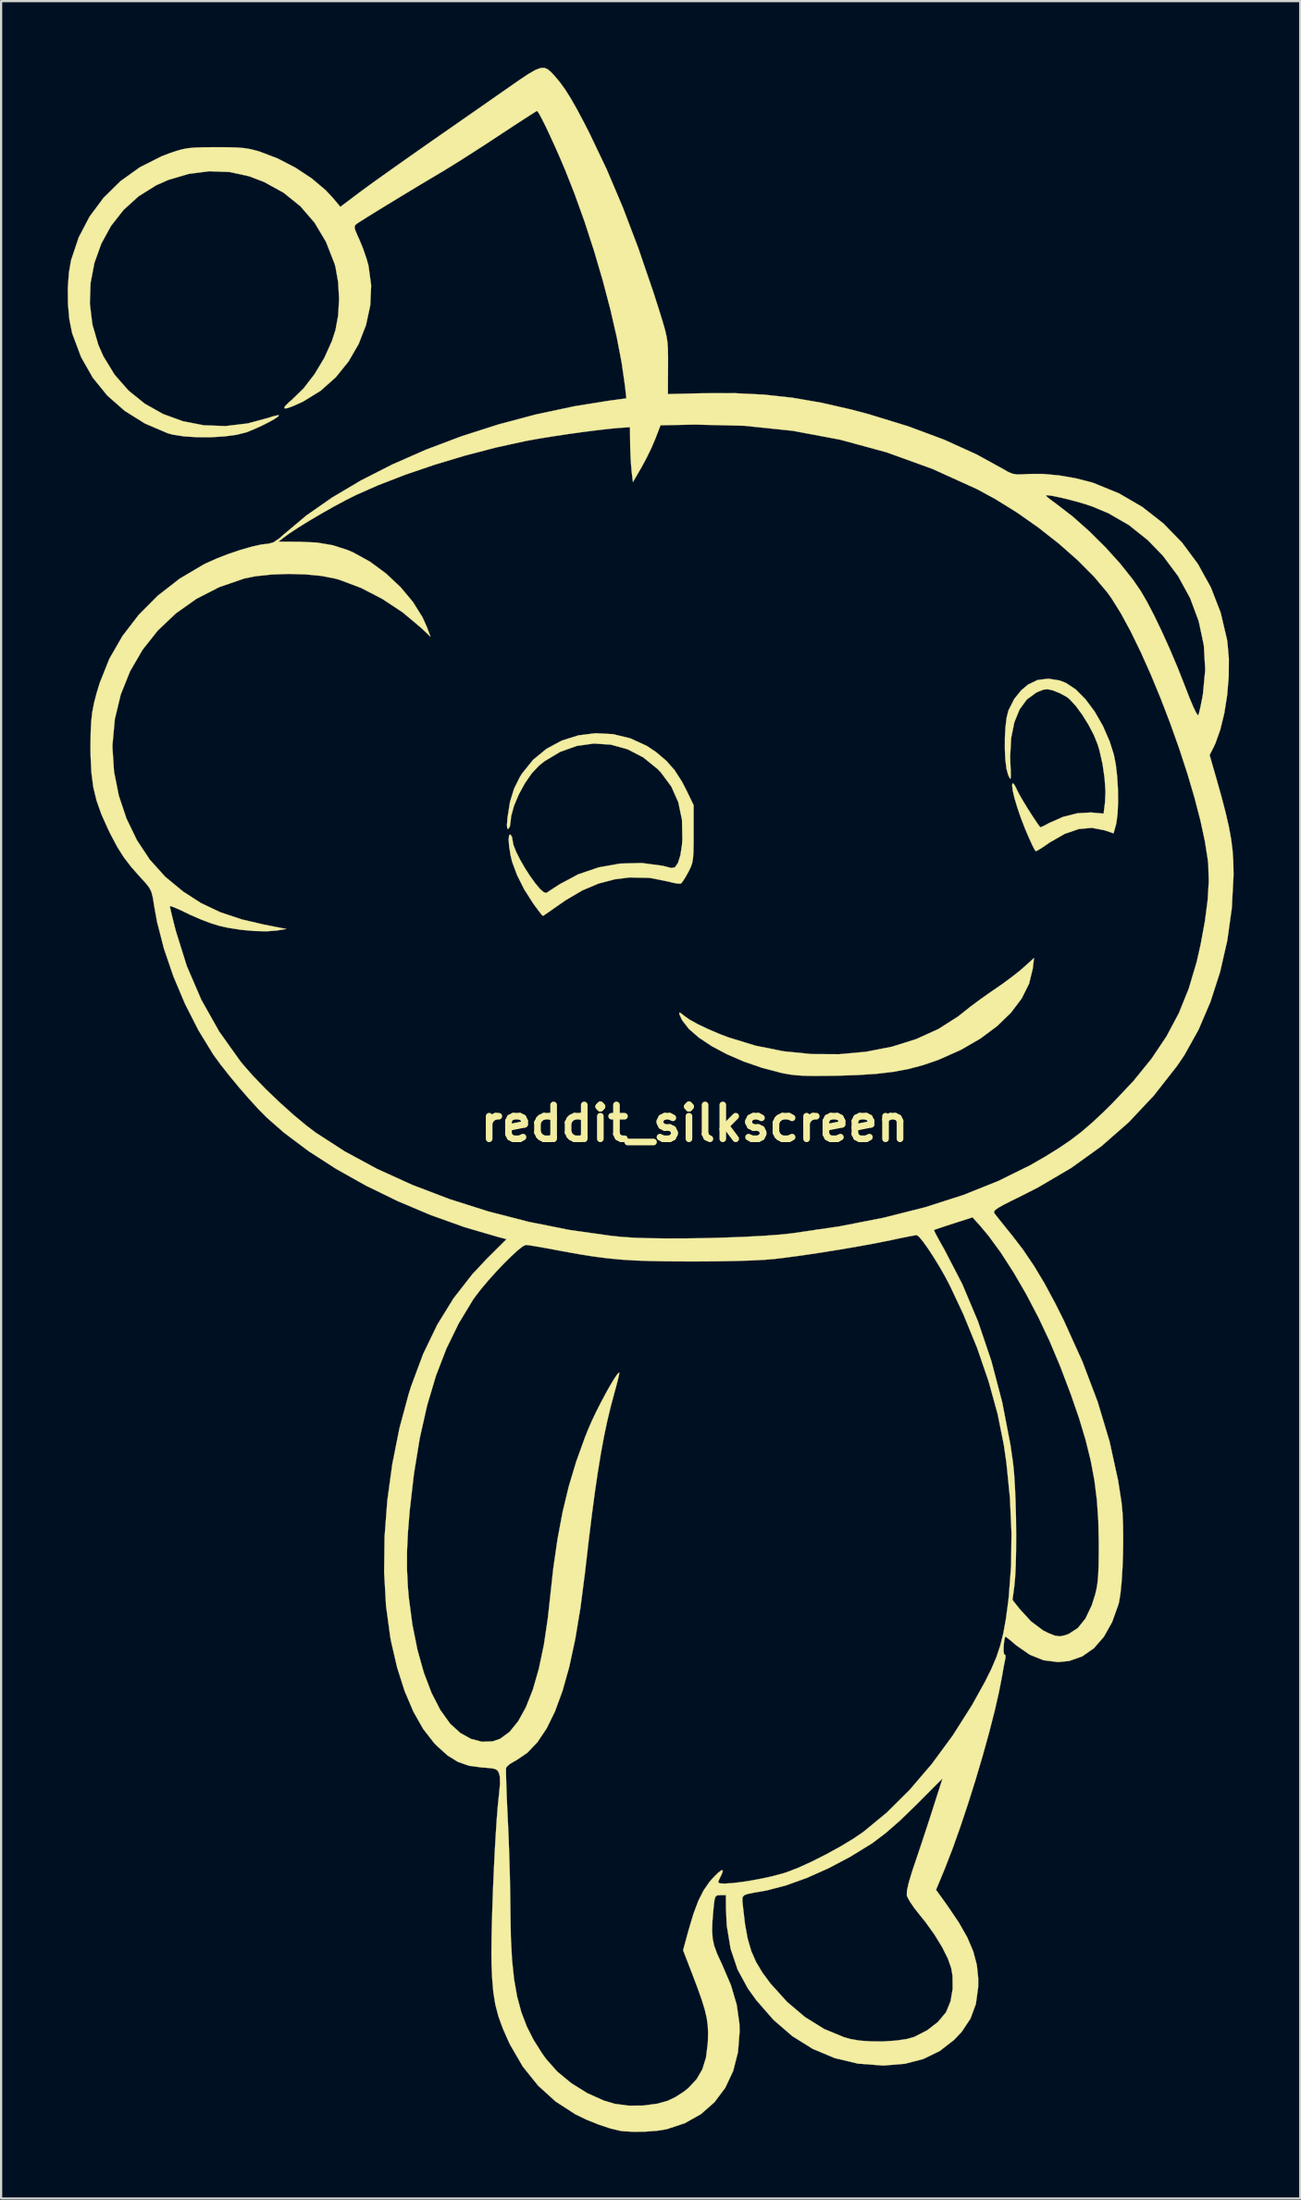
<source format=kicad_pcb>
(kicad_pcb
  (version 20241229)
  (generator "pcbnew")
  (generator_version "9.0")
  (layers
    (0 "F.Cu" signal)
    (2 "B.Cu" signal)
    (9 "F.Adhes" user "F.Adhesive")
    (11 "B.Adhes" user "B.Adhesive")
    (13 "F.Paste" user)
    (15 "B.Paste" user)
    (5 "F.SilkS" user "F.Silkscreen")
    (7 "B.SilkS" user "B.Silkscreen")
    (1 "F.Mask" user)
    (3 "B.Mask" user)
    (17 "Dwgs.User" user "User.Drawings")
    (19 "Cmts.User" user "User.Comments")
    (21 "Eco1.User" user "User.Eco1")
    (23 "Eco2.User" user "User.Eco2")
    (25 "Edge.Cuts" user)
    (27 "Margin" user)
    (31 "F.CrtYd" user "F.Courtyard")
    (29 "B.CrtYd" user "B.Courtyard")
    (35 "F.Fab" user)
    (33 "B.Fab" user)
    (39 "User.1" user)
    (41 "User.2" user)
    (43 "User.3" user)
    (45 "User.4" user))
  (footprint "reddit_silkscreen"
    (layer "F.Cu")
    (at 28.235 47.54)
    (property "Reference" "reddit_silkscreen" (at 0 0 0) (layer "F.SilkS") (effects (font (size 1.524 1.524) (thickness 0.3))))
    (attr through_hole)
    (fp_poly (pts (xy 15.23 -6.968) (xy 15.064 -6.292) (xy 14.732 -5.629) (xy 14.248 -4.988) (xy 13.623 -4.382) (xy 12.868 -3.821) (xy 11.996 -3.317) (xy 11.017 -2.881) (xy 10.964 -2.86) (xy 10.306 -2.633) (xy 9.647 -2.456) (xy 8.951 -2.326) (xy 8.18 -2.235) (xy 7.299 -2.179) (xy 6.526 -2.155) (xy 5.862 -2.144) (xy 5.341 -2.142) (xy 4.93 -2.15) (xy 4.598 -2.17) (xy 4.311 -2.203) (xy 4.036 -2.251) (xy 3.881 -2.284) (xy 3.03 -2.509) (xy 2.213 -2.791) (xy 1.453 -3.119) (xy 0.774 -3.481) (xy 0.197 -3.863) (xy -0.253 -4.253) (xy -0.553 -4.639) (xy -0.581 -4.689) (xy -0.684 -4.915) (xy -0.686 -4.999) (xy -0.585 -4.944) (xy -0.507 -4.876) (xy -0.256 -4.694) (xy 0.129 -4.479) (xy 0.613 -4.247) (xy 1.16 -4.015) (xy 1.519 -3.879) (xy 2.743 -3.503) (xy 3.997 -3.252) (xy 5.259 -3.125) (xy 6.509 -3.118) (xy 7.727 -3.23) (xy 8.892 -3.458) (xy 9.985 -3.801) (xy 10.985 -4.256) (xy 11.871 -4.82) (xy 12.133 -5.029) (xy 12.436 -5.269) (xy 12.826 -5.56) (xy 13.245 -5.858) (xy 13.494 -6.028) (xy 13.894 -6.305) (xy 14.296 -6.603) (xy 14.643 -6.876) (xy 14.809 -7.019) (xy 15.287 -7.451) (xy 15.23 -6.968)) (stroke (width 0.01) (type solid)) (fill yes) (layer "F.SilkS"))
    (fp_poly (pts (xy 16.442 -19.948) (xy 16.729 -19.836) (xy 17.17 -19.542) (xy 17.607 -19.101) (xy 18.021 -18.545) (xy 18.39 -17.902) (xy 18.695 -17.202) (xy 18.881 -16.616) (xy 18.97 -16.17) (xy 19.032 -15.629) (xy 19.068 -15.044) (xy 19.074 -14.465) (xy 19.051 -13.944) (xy 18.996 -13.53) (xy 18.973 -13.434) (xy 18.87 -13.065) (xy 18.466 -13.202) (xy 17.896 -13.312) (xy 17.299 -13.258) (xy 16.668 -13.04) (xy 15.995 -12.655) (xy 15.853 -12.557) (xy 15.616 -12.396) (xy 15.437 -12.288) (xy 15.368 -12.26) (xy 15.311 -12.337) (xy 15.204 -12.546) (xy 15.062 -12.856) (xy 14.9 -13.235) (xy 14.893 -13.252) (xy 14.699 -13.751) (xy 14.535 -14.229) (xy 14.408 -14.655) (xy 14.328 -15) (xy 14.301 -15.235) (xy 14.323 -15.322) (xy 14.383 -15.282) (xy 14.476 -15.12) (xy 14.516 -15.029) (xy 14.616 -14.83) (xy 14.788 -14.533) (xy 15.001 -14.183) (xy 15.228 -13.828) (xy 15.438 -13.515) (xy 15.566 -13.338) (xy 15.646 -13.363) (xy 15.83 -13.453) (xy 15.972 -13.53) (xy 16.595 -13.806) (xy 17.239 -13.968) (xy 17.846 -14.004) (xy 17.914 -13.998) (xy 18.422 -13.952) (xy 18.485 -14.451) (xy 18.507 -14.946) (xy 18.467 -15.542) (xy 18.376 -16.177) (xy 18.239 -16.788) (xy 18.156 -17.066) (xy 17.981 -17.497) (xy 17.739 -17.959) (xy 17.458 -18.41) (xy 17.167 -18.805) (xy 16.893 -19.102) (xy 16.765 -19.204) (xy 16.471 -19.367) (xy 16.158 -19.495) (xy 16.131 -19.504) (xy 15.91 -19.553) (xy 15.72 -19.538) (xy 15.483 -19.446) (xy 15.374 -19.393) (xy 14.963 -19.092) (xy 14.637 -18.645) (xy 14.401 -18.065) (xy 14.258 -17.362) (xy 14.213 -16.547) (xy 14.222 -16.228) (xy 14.239 -15.844) (xy 14.243 -15.616) (xy 14.231 -15.522) (xy 14.198 -15.544) (xy 14.141 -15.659) (xy 14.123 -15.699) (xy 14.047 -15.977) (xy 13.997 -16.381) (xy 13.974 -16.863) (xy 13.976 -17.374) (xy 14.004 -17.864) (xy 14.057 -18.287) (xy 14.135 -18.593) (xy 14.139 -18.604) (xy 14.396 -19.115) (xy 14.714 -19.509) (xy 15.018 -19.763) (xy 15.442 -19.967) (xy 15.931 -20.029) (xy 16.442 -19.948)) (stroke (width 0.01) (type solid)) (fill yes) (layer "F.SilkS"))
    (fp_poly (pts (xy -3.672 -17.531) (xy -2.899 -17.343) (xy -2.163 -17.008) (xy -1.748 -16.733) (xy -1.278 -16.336) (xy -0.901 -15.909) (xy -0.571 -15.396) (xy -0.363 -14.993) (xy -0.044 -14.332) (xy -0.044 -13.053) (xy -0.046 -12.547) (xy -0.054 -12.181) (xy -0.075 -11.917) (xy -0.112 -11.718) (xy -0.172 -11.547) (xy -0.259 -11.367) (xy -0.285 -11.317) (xy -0.43 -11.061) (xy -0.554 -10.872) (xy -0.614 -10.806) (xy -0.741 -10.799) (xy -0.976 -10.84) (xy -1.167 -10.89) (xy -2.023 -11.06) (xy -2.926 -11.079) (xy -3.593 -10.996) (xy -4.334 -10.801) (xy -5.055 -10.496) (xy -5.797 -10.06) (xy -6.126 -9.833) (xy -6.422 -9.624) (xy -6.659 -9.46) (xy -6.806 -9.364) (xy -6.836 -9.349) (xy -6.9 -9.415) (xy -7.037 -9.591) (xy -7.223 -9.843) (xy -7.27 -9.909) (xy -7.67 -10.536) (xy -7.994 -11.179) (xy -8.219 -11.786) (xy -8.288 -12.073) (xy -8.353 -12.48) (xy -8.375 -12.788) (xy -8.356 -12.973) (xy -8.295 -13.011) (xy -8.29 -13.009) (xy -8.219 -12.886) (xy -8.202 -12.761) (xy -8.158 -12.536) (xy -8.038 -12.233) (xy -7.861 -11.88) (xy -7.647 -11.507) (xy -7.414 -11.145) (xy -7.181 -10.821) (xy -6.968 -10.567) (xy -6.793 -10.411) (xy -6.676 -10.383) (xy -6.673 -10.385) (xy -6.549 -10.465) (xy -6.328 -10.61) (xy -6.085 -10.768) (xy -5.245 -11.218) (xy -4.324 -11.531) (xy -3.358 -11.703) (xy -2.382 -11.729) (xy -1.432 -11.603) (xy -1.041 -11.502) (xy -0.884 -11.537) (xy -0.749 -11.731) (xy -0.642 -12.067) (xy -0.57 -12.53) (xy -0.55 -12.789) (xy -0.568 -13.673) (xy -0.733 -14.463) (xy -1.047 -15.17) (xy -1.515 -15.802) (xy -1.67 -15.964) (xy -2.313 -16.485) (xy -3.019 -16.85) (xy -3.766 -17.058) (xy -4.535 -17.109) (xy -5.304 -17.002) (xy -6.052 -16.736) (xy -6.76 -16.312) (xy -7.014 -16.108) (xy -7.336 -15.765) (xy -7.646 -15.317) (xy -7.92 -14.814) (xy -8.135 -14.305) (xy -8.264 -13.837) (xy -8.29 -13.573) (xy -8.322 -13.373) (xy -8.388 -13.267) (xy -8.439 -13.288) (xy -8.452 -13.447) (xy -8.427 -13.762) (xy -8.427 -13.769) (xy -8.315 -14.476) (xy -8.132 -15.074) (xy -7.859 -15.62) (xy -7.776 -15.753) (xy -7.274 -16.376) (xy -6.668 -16.873) (xy -5.981 -17.241) (xy -5.237 -17.476) (xy -4.46 -17.573) (xy -3.672 -17.531)) (stroke (width 0.01) (type solid)) (fill yes) (layer "F.SilkS"))
    (fp_poly (pts (xy -6.619 -47.473) (xy -6.467 -47.345) (xy -6.312 -47.179) (xy -6.07 -46.891) (xy -5.829 -46.558) (xy -5.576 -46.157) (xy -5.294 -45.661) (xy -4.967 -45.045) (xy -4.724 -44.568) (xy -3.964 -42.974) (xy -3.238 -41.266) (xy -2.539 -39.426) (xy -1.858 -37.436) (xy -1.606 -36.648) (xy -1.45 -36.145) (xy -1.339 -35.763) (xy -1.266 -35.455) (xy -1.222 -35.173) (xy -1.202 -34.869) (xy -1.196 -34.496) (xy -1.197 -34.083) (xy -1.203 -32.844) (xy 0.37 -32.881) (xy 1.797 -32.885) (xy 3.125 -32.82) (xy 4.409 -32.68) (xy 5.702 -32.458) (xy 7.058 -32.148) (xy 7.849 -31.937) (xy 9.622 -31.393) (xy 11.238 -30.791) (xy 12.693 -30.131) (xy 13.855 -29.493) (xy 14.112 -29.344) (xy 14.311 -29.26) (xy 14.516 -29.226) (xy 14.79 -29.23) (xy 15.046 -29.247) (xy 15.682 -29.25) (xy 16.409 -29.183) (xy 17.16 -29.054) (xy 17.868 -28.873) (xy 17.987 -28.835) (xy 19.119 -28.371) (xy 20.165 -27.762) (xy 21.112 -27.021) (xy 21.95 -26.162) (xy 22.667 -25.198) (xy 23.251 -24.143) (xy 23.691 -23.011) (xy 23.974 -21.816) (xy 23.999 -21.659) (xy 24.063 -20.924) (xy 24.057 -20.119) (xy 23.987 -19.289) (xy 23.859 -18.48) (xy 23.679 -17.738) (xy 23.454 -17.107) (xy 23.374 -16.938) (xy 23.196 -16.59) (xy 23.496 -15.549) (xy 23.736 -14.693) (xy 23.924 -13.971) (xy 24.065 -13.353) (xy 24.165 -12.806) (xy 24.229 -12.299) (xy 24.263 -11.8) (xy 24.273 -11.277) (xy 24.273 -11.157) (xy 24.195 -9.69) (xy 23.992 -8.238) (xy 23.669 -6.826) (xy 23.235 -5.479) (xy 22.698 -4.224) (xy 22.065 -3.086) (xy 21.738 -2.602) (xy 20.683 -1.256) (xy 19.549 -0.05) (xy 18.316 1.029) (xy 16.967 1.998) (xy 15.484 2.871) (xy 14.758 3.241) (xy 14.264 3.485) (xy 13.91 3.666) (xy 13.676 3.798) (xy 13.542 3.894) (xy 13.488 3.967) (xy 13.495 4.029) (xy 13.513 4.058) (xy 13.612 4.185) (xy 13.795 4.415) (xy 14.036 4.716) (xy 14.298 5.038) (xy 14.803 5.698) (xy 15.283 6.407) (xy 15.758 7.198) (xy 16.245 8.103) (xy 16.626 8.864) (xy 17.469 10.726) (xy 18.155 12.537) (xy 18.688 14.312) (xy 19.073 16.067) (xy 19.231 17.083) (xy 19.274 17.543) (xy 19.298 18.109) (xy 19.304 18.741) (xy 19.295 19.4) (xy 19.27 20.05) (xy 19.231 20.651) (xy 19.18 21.165) (xy 19.117 21.553) (xy 19.094 21.646) (xy 18.806 22.451) (xy 18.434 23.114) (xy 17.984 23.631) (xy 17.461 23.996) (xy 16.87 24.204) (xy 16.371 24.253) (xy 15.719 24.171) (xy 15.095 23.921) (xy 14.488 23.5) (xy 14.42 23.441) (xy 14.207 23.26) (xy 14.051 23.139) (xy 13.996 23.107) (xy 13.965 23.186) (xy 13.935 23.388) (xy 13.921 23.54) (xy 13.918 23.779) (xy 13.943 23.912) (xy 13.97 23.923) (xy 14.011 23.956) (xy 13.998 24.086) (xy 13.956 24.283) (xy 13.9 24.584) (xy 13.851 24.871) (xy 13.705 25.623) (xy 13.502 26.505) (xy 13.25 27.483) (xy 12.96 28.525) (xy 12.642 29.596) (xy 12.305 30.665) (xy 11.96 31.697) (xy 11.617 32.66) (xy 11.284 33.52) (xy 11.204 33.715) (xy 10.874 34.509) (xy 11.389 35.224) (xy 11.901 35.981) (xy 12.286 36.659) (xy 12.552 37.287) (xy 12.712 37.892) (xy 12.776 38.504) (xy 12.772 38.896) (xy 12.668 39.649) (xy 12.426 40.307) (xy 12.033 40.9) (xy 11.687 41.266) (xy 11.041 41.767) (xy 10.309 42.124) (xy 9.484 42.34) (xy 8.554 42.418) (xy 8.467 42.419) (xy 7.358 42.335) (xy 6.31 42.086) (xy 5.324 41.673) (xy 4.404 41.099) (xy 3.553 40.364) (xy 2.772 39.47) (xy 2.398 38.947) (xy 1.938 38.103) (xy 1.622 37.161) (xy 1.449 36.12) (xy 1.413 35.344) (xy 1.412 34.985) (xy 2.151 34.985) (xy 2.171 35.196) (xy 2.177 35.256) (xy 2.269 36.048) (xy 2.389 36.703) (xy 2.551 37.261) (xy 2.769 37.76) (xy 3.057 38.241) (xy 3.418 38.729) (xy 4.168 39.558) (xy 4.978 40.243) (xy 5.836 40.775) (xy 6.726 41.144) (xy 7.017 41.227) (xy 7.449 41.3) (xy 7.972 41.335) (xy 8.533 41.334) (xy 9.078 41.297) (xy 9.553 41.228) (xy 9.893 41.133) (xy 10.476 40.834) (xy 10.961 40.459) (xy 11.312 40.039) (xy 11.335 40) (xy 11.528 39.527) (xy 11.624 38.965) (xy 11.617 38.377) (xy 11.558 38.031) (xy 11.407 37.602) (xy 11.15 37.09) (xy 10.81 36.534) (xy 10.408 35.972) (xy 10.149 35.65) (xy 9.905 35.341) (xy 9.706 35.053) (xy 9.582 34.83) (xy 9.558 34.76) (xy 9.565 34.546) (xy 9.645 34.186) (xy 9.799 33.675) (xy 9.915 33.329) (xy 10.099 32.785) (xy 10.311 32.148) (xy 10.527 31.492) (xy 10.721 30.891) (xy 10.744 30.819) (xy 11.168 29.491) (xy 9.972 30.692) (xy 9.251 31.389) (xy 8.612 31.948) (xy 8.039 32.382) (xy 7.941 32.448) (xy 6.998 33.027) (xy 6.022 33.542) (xy 5.048 33.975) (xy 4.112 34.311) (xy 3.25 34.536) (xy 3.074 34.569) (xy 2.658 34.639) (xy 2.386 34.694) (xy 2.23 34.755) (xy 2.161 34.845) (xy 2.151 34.985) (xy 1.412 34.985) (xy 1.411 34.749) (xy 1.159 34.749) (xy 1.025 34.757) (xy 0.945 34.808) (xy 0.899 34.941) (xy 0.866 35.195) (xy 0.851 35.344) (xy 0.804 35.909) (xy 0.789 36.347) (xy 0.813 36.705) (xy 0.883 37.03) (xy 1.007 37.371) (xy 1.192 37.775) (xy 1.233 37.861) (xy 1.637 38.803) (xy 1.896 39.682) (xy 2.017 40.526) (xy 2.028 40.874) (xy 1.954 41.816) (xy 1.736 42.669) (xy 1.38 43.425) (xy 0.894 44.075) (xy 0.285 44.609) (xy -0.442 45.018) (xy -1.254 45.287) (xy -1.679 45.356) (xy -2.197 45.396) (xy -2.732 45.405) (xy -3.203 45.379) (xy -3.351 45.36) (xy -3.798 45.253) (xy -4.328 45.077) (xy -4.878 44.855) (xy -5.373 44.615) (xy -6.262 44.04) (xy -7.053 43.321) (xy -7.737 42.469) (xy -8.306 41.49) (xy -8.374 41.349) (xy -8.639 40.749) (xy -8.835 40.209) (xy -8.974 39.681) (xy -9.065 39.115) (xy -9.12 38.46) (xy -9.145 37.88) (xy -9.151 37.399) (xy -9.146 36.782) (xy -9.131 36.062) (xy -9.107 35.269) (xy -9.077 34.433) (xy -9.04 33.586) (xy -8.999 32.76) (xy -8.954 31.983) (xy -8.908 31.289) (xy -8.861 30.707) (xy -8.816 30.269) (xy -8.813 30.251) (xy -8.765 29.758) (xy -8.771 29.419) (xy -8.805 29.27) (xy -8.862 29.154) (xy -8.951 29.081) (xy -9.111 29.039) (xy -9.385 29.012) (xy -9.588 28.999) (xy -10.159 28.922) (xy -10.658 28.749) (xy -11.127 28.458) (xy -11.605 28.029) (xy -11.736 27.893) (xy -12.225 27.265) (xy -12.669 26.48) (xy -13.062 25.553) (xy -13.397 24.501) (xy -13.667 23.339) (xy -13.703 23.151) (xy -13.897 21.729) (xy -13.983 20.203) (xy -13.981 20.083) (xy -12.954 20.083) (xy -12.915 20.865) (xy -12.872 21.356) (xy -12.71 22.579) (xy -12.481 23.712) (xy -12.192 24.739) (xy -11.848 25.644) (xy -11.454 26.41) (xy -11.016 27.02) (xy -11.003 27.035) (xy -10.561 27.439) (xy -10.077 27.711) (xy -9.579 27.842) (xy -9.096 27.824) (xy -8.758 27.707) (xy -8.335 27.397) (xy -7.947 26.92) (xy -7.596 26.283) (xy -7.284 25.491) (xy -7.014 24.551) (xy -6.787 23.47) (xy -6.607 22.254) (xy -6.527 21.519) (xy -6.365 20.037) (xy -6.171 18.697) (xy -5.939 17.47) (xy -5.662 16.323) (xy -5.332 15.226) (xy -4.943 14.147) (xy -4.787 13.758) (xy -4.626 13.388) (xy -4.43 12.977) (xy -4.215 12.553) (xy -3.997 12.144) (xy -3.791 11.779) (xy -3.613 11.484) (xy -3.476 11.287) (xy -3.398 11.217) (xy -3.391 11.22) (xy -3.402 11.31) (xy -3.454 11.534) (xy -3.537 11.854) (xy -3.619 12.151) (xy -3.785 12.774) (xy -3.939 13.42) (xy -4.084 14.111) (xy -4.223 14.864) (xy -4.359 15.698) (xy -4.496 16.632) (xy -4.636 17.685) (xy -4.782 18.876) (xy -4.938 20.224) (xy -4.94 20.241) (xy -5.143 21.816) (xy -5.377 23.223) (xy -5.644 24.463) (xy -5.947 25.543) (xy -6.285 26.467) (xy -6.662 27.237) (xy -7.078 27.86) (xy -7.535 28.339) (xy -8.034 28.678) (xy -8.095 28.708) (xy -8.321 28.842) (xy -8.467 28.972) (xy -8.491 29.016) (xy -8.496 29.138) (xy -8.492 29.41) (xy -8.48 29.807) (xy -8.462 30.304) (xy -8.437 30.876) (xy -8.413 31.353) (xy -8.379 32.11) (xy -8.349 32.947) (xy -8.324 33.803) (xy -8.306 34.618) (xy -8.297 35.332) (xy -8.296 35.472) (xy -8.277 36.636) (xy -8.224 37.649) (xy -8.132 38.535) (xy -7.994 39.316) (xy -7.805 40.016) (xy -7.56 40.658) (xy -7.253 41.265) (xy -6.878 41.861) (xy -6.692 42.123) (xy -6.184 42.695) (xy -5.549 43.219) (xy -4.835 43.664) (xy -4.091 43.998) (xy -3.591 44.146) (xy -2.982 44.228) (xy -2.317 44.224) (xy -1.673 44.138) (xy -1.208 44.008) (xy -0.863 43.841) (xy -0.496 43.605) (xy -0.281 43.434) (xy 0.091 43.035) (xy 0.349 42.592) (xy 0.512 42.067) (xy 0.593 41.421) (xy 0.599 41.303) (xy 0.608 40.94) (xy 0.592 40.607) (xy 0.545 40.271) (xy 0.458 39.902) (xy 0.325 39.468) (xy 0.136 38.936) (xy -0.113 38.276) (xy -0.133 38.226) (xy -0.518 37.229) (xy -0.27 36.32) (xy -0.052 35.59) (xy 0.168 35.005) (xy 0.405 34.536) (xy 0.671 34.151) (xy 0.797 34.005) (xy 1.046 33.753) (xy 1.207 33.628) (xy 1.273 33.633) (xy 1.237 33.77) (xy 1.193 33.862) (xy 1.101 34.054) (xy 1.059 34.167) (xy 1.058 34.171) (xy 1.139 34.218) (xy 1.361 34.229) (xy 1.693 34.207) (xy 2.106 34.159) (xy 2.568 34.087) (xy 3.049 33.997) (xy 3.519 33.893) (xy 3.948 33.779) (xy 4.145 33.718) (xy 4.668 33.516) (xy 5.282 33.236) (xy 5.937 32.905) (xy 6.581 32.551) (xy 7.164 32.198) (xy 7.599 31.902) (xy 8.652 31.034) (xy 9.684 30.01) (xy 10.679 28.848) (xy 11.622 27.567) (xy 12.498 26.187) (xy 13.082 25.135) (xy 13.366 24.564) (xy 13.59 24.038) (xy 13.766 23.515) (xy 13.906 22.952) (xy 14.022 22.308) (xy 14.125 21.54) (xy 14.15 21.325) (xy 14.256 19.926) (xy 14.274 18.422) (xy 14.204 16.863) (xy 14.047 15.294) (xy 13.929 14.473) (xy 13.649 13.082) (xy 13.243 11.613) (xy 12.723 10.1) (xy 12.099 8.576) (xy 11.493 7.289) (xy 11.27 6.867) (xy 11.02 6.431) (xy 10.762 6.011) (xy 10.514 5.633) (xy 10.294 5.324) (xy 10.12 5.114) (xy 10.01 5.028) (xy 10.004 5.027) (xy 9.878 5.045) (xy 9.617 5.093) (xy 9.262 5.165) (xy 8.867 5.249) (xy 8.195 5.385) (xy 7.399 5.531) (xy 6.532 5.679) (xy 5.645 5.821) (xy 4.79 5.948) (xy 4.019 6.051) (xy 3.572 6.103) (xy 3.123 6.14) (xy 2.524 6.17) (xy 1.799 6.192) (xy 0.975 6.207) (xy 0.075 6.213) (xy -0.22 6.213) (xy -1.169 6.208) (xy -1.978 6.194) (xy -2.683 6.169) (xy -3.321 6.129) (xy -3.929 6.07) (xy -4.543 5.991) (xy -5.2 5.887) (xy -5.935 5.755) (xy -6.303 5.686) (xy -6.742 5.604) (xy -7.128 5.537) (xy -7.422 5.489) (xy -7.587 5.468) (xy -7.599 5.468) (xy -7.737 5.532) (xy -7.962 5.709) (xy -8.253 5.975) (xy -8.586 6.304) (xy -8.938 6.675) (xy -9.285 7.061) (xy -9.605 7.44) (xy -9.874 7.787) (xy -9.986 7.946) (xy -10.622 8.998) (xy -11.176 10.131) (xy -11.65 11.361) (xy -12.049 12.701) (xy -12.378 14.166) (xy -12.641 15.769) (xy -12.83 17.411) (xy -12.912 18.406) (xy -12.954 19.28) (xy -12.954 20.083) (xy -13.981 20.083) (xy -13.963 18.607) (xy -13.839 16.973) (xy -13.615 15.335) (xy -13.294 13.726) (xy -12.877 12.179) (xy -12.766 11.828) (xy -12.224 10.375) (xy -11.59 9.062) (xy -10.855 7.871) (xy -10.008 6.785) (xy -9.375 6.111) (xy -8.469 5.21) (xy -8.842 5.113) (xy -10.365 4.668) (xy -11.882 4.125) (xy -13.367 3.499) (xy -14.796 2.802) (xy -16.144 2.046) (xy -17.386 1.246) (xy -18.496 0.413) (xy -19.259 -0.256) (xy -19.623 -0.623) (xy -20.052 -1.09) (xy -20.507 -1.613) (xy -20.951 -2.148) (xy -21.348 -2.651) (xy -21.66 -3.079) (xy -21.684 -3.113) (xy -22.348 -4.198) (xy -22.95 -5.381) (xy -23.473 -6.62) (xy -23.9 -7.87) (xy -24.213 -9.088) (xy -24.346 -9.832) (xy -24.402 -10.182) (xy -24.466 -10.427) (xy -24.568 -10.627) (xy -24.737 -10.841) (xy -24.961 -11.084) (xy -25.372 -11.547) (xy -25.707 -11.985) (xy -26.004 -12.455) (xy -26.301 -13.014) (xy -26.416 -13.249) (xy -26.717 -13.921) (xy -26.934 -14.534) (xy -27.081 -15.14) (xy -27.167 -15.792) (xy -27.204 -16.542) (xy -27.208 -16.933) (xy -26.221 -16.933) (xy -26.15 -15.844) (xy -25.935 -14.766) (xy -25.588 -13.728) (xy -25.119 -12.758) (xy -24.541 -11.883) (xy -23.865 -11.133) (xy -23.803 -11.075) (xy -23.032 -10.439) (xy -22.232 -9.924) (xy -21.368 -9.514) (xy -20.404 -9.191) (xy -19.403 -8.957) (xy -18.389 -8.758) (xy -18.822 -8.688) (xy -19.266 -8.654) (xy -19.819 -8.666) (xy -20.422 -8.72) (xy -21.016 -8.812) (xy -21.419 -8.902) (xy -21.804 -9.023) (xy -22.262 -9.198) (xy -22.713 -9.395) (xy -22.852 -9.462) (xy -23.181 -9.62) (xy -23.442 -9.732) (xy -23.602 -9.787) (xy -23.636 -9.783) (xy -23.615 -9.675) (xy -23.558 -9.432) (xy -23.474 -9.09) (xy -23.371 -8.685) (xy -23.37 -8.679) (xy -22.87 -7.085) (xy -22.217 -5.569) (xy -21.413 -4.14) (xy -20.465 -2.809) (xy -20.369 -2.69) (xy -19.907 -2.161) (xy -19.344 -1.577) (xy -18.721 -0.978) (xy -18.085 -0.405) (xy -17.478 0.1) (xy -17.058 0.417) (xy -15.75 1.262) (xy -14.297 2.047) (xy -12.72 2.764) (xy -11.042 3.405) (xy -9.285 3.962) (xy -7.473 4.429) (xy -5.627 4.796) (xy -3.77 5.058) (xy -3.263 5.11) (xy -2.721 5.146) (xy -2.038 5.168) (xy -1.248 5.178) (xy -0.385 5.176) (xy 0.516 5.162) (xy 1.421 5.137) (xy 2.296 5.103) (xy 3.106 5.059) (xy 3.816 5.007) (xy 4.366 4.95) (xy 5.397 4.799) (xy 10.782 4.799) (xy 10.814 4.88) (xy 10.918 5.082) (xy 11.077 5.373) (xy 11.254 5.685) (xy 12.057 7.235) (xy 12.764 8.913) (xy 13.366 10.695) (xy 13.855 12.555) (xy 14.225 14.47) (xy 14.339 15.258) (xy 14.388 15.747) (xy 14.428 16.359) (xy 14.457 17.054) (xy 14.476 17.796) (xy 14.483 18.547) (xy 14.479 19.268) (xy 14.463 19.923) (xy 14.434 20.473) (xy 14.398 20.846) (xy 14.317 21.452) (xy 14.642 21.864) (xy 15.157 22.425) (xy 15.686 22.821) (xy 15.919 22.942) (xy 16.226 23.064) (xy 16.463 23.095) (xy 16.71 23.04) (xy 16.856 22.982) (xy 17.261 22.72) (xy 17.603 22.295) (xy 17.885 21.706) (xy 18.046 21.202) (xy 18.106 20.944) (xy 18.15 20.667) (xy 18.179 20.337) (xy 18.197 19.922) (xy 18.204 19.388) (xy 18.205 18.874) (xy 18.184 17.892) (xy 18.121 16.969) (xy 18.009 16.076) (xy 17.842 15.182) (xy 17.614 14.257) (xy 17.317 13.272) (xy 16.946 12.197) (xy 16.493 11.001) (xy 16.45 10.892) (xy 15.994 9.809) (xy 15.485 8.732) (xy 14.939 7.69) (xy 14.372 6.712) (xy 13.801 5.826) (xy 13.243 5.062) (xy 12.852 4.596) (xy 12.518 4.227) (xy 11.662 4.501) (xy 11.302 4.618) (xy 11.012 4.715) (xy 10.828 4.779) (xy 10.782 4.799) (xy 5.397 4.799) (xy 6.524 4.634) (xy 8.529 4.241) (xy 10.384 3.772) (xy 12.097 3.223) (xy 13.671 2.594) (xy 15.115 1.882) (xy 15.809 1.482) (xy 16.417 1.103) (xy 16.936 0.75) (xy 17.41 0.389) (xy 17.882 -0.014) (xy 18.395 -0.493) (xy 18.792 -0.882) (xy 19.762 -1.908) (xy 20.577 -2.912) (xy 21.255 -3.922) (xy 21.81 -4.966) (xy 22.257 -6.072) (xy 22.613 -7.268) (xy 22.792 -8.058) (xy 22.989 -9.131) (xy 23.11 -10.07) (xy 23.159 -10.897) (xy 23.138 -11.638) (xy 23.113 -11.887) (xy 22.983 -12.716) (xy 22.78 -13.655) (xy 22.514 -14.679) (xy 22.193 -15.763) (xy 21.827 -16.883) (xy 21.425 -18.013) (xy 20.997 -19.13) (xy 20.551 -20.208) (xy 20.097 -21.224) (xy 19.645 -22.152) (xy 19.203 -22.967) (xy 18.781 -23.645) (xy 18.594 -23.906) (xy 17.994 -24.62) (xy 17.255 -25.362) (xy 16.41 -26.108) (xy 15.487 -26.833) (xy 14.52 -27.512) (xy 13.537 -28.122) (xy 13.243 -28.281) (xy 15.817 -28.281) (xy 15.869 -28.222) (xy 16.033 -28.09) (xy 16.273 -27.913) (xy 16.295 -27.897) (xy 17.023 -27.335) (xy 17.769 -26.675) (xy 18.496 -25.954) (xy 19.168 -25.211) (xy 19.747 -24.483) (xy 20.095 -23.977) (xy 20.377 -23.491) (xy 20.7 -22.872) (xy 21.045 -22.155) (xy 21.398 -21.374) (xy 21.741 -20.564) (xy 22.06 -19.76) (xy 22.101 -19.652) (xy 22.294 -19.157) (xy 22.457 -18.77) (xy 22.583 -18.507) (xy 22.663 -18.385) (xy 22.686 -18.384) (xy 22.729 -18.517) (xy 22.789 -18.779) (xy 22.858 -19.125) (xy 22.895 -19.325) (xy 23 -20.432) (xy 22.936 -21.533) (xy 22.707 -22.614) (xy 22.319 -23.657) (xy 21.778 -24.647) (xy 21.09 -25.568) (xy 20.405 -26.274) (xy 19.56 -26.947) (xy 18.639 -27.478) (xy 17.907 -27.785) (xy 17.575 -27.896) (xy 17.19 -28.008) (xy 16.791 -28.112) (xy 16.415 -28.2) (xy 16.102 -28.263) (xy 15.888 -28.29) (xy 15.817 -28.281) (xy 13.243 -28.281) (xy 12.714 -28.568) (xy 10.699 -29.481) (xy 8.644 -30.223) (xy 6.549 -30.793) (xy 4.415 -31.192) (xy 2.244 -31.418) (xy 0.036 -31.471) (xy -0.084 -31.469) (xy -1.535 -31.441) (xy -1.772 -30.824) (xy -1.938 -30.434) (xy -2.155 -29.987) (xy -2.376 -29.575) (xy -2.393 -29.545) (xy -2.778 -28.884) (xy -2.836 -29.369) (xy -2.864 -29.698) (xy -2.888 -30.12) (xy -2.901 -30.55) (xy -2.902 -30.604) (xy -2.91 -31.354) (xy -3.329 -31.327) (xy -3.771 -31.288) (xy -4.341 -31.224) (xy -4.995 -31.141) (xy -5.69 -31.045) (xy -6.379 -30.941) (xy -7.02 -30.838) (xy -7.566 -30.739) (xy -7.629 -30.727) (xy -8.974 -30.432) (xy -10.353 -30.071) (xy -11.723 -29.659) (xy -13.04 -29.21) (xy -14.262 -28.737) (xy -15.233 -28.308) (xy -15.71 -28.069) (xy -16.25 -27.78) (xy -16.813 -27.461) (xy -17.363 -27.137) (xy -17.862 -26.828) (xy -18.272 -26.556) (xy -18.521 -26.374) (xy -18.741 -26.198) (xy -17.812 -26.196) (xy -17.001 -26.157) (xy -16.294 -26.037) (xy -15.632 -25.823) (xy -15.375 -25.713) (xy -14.621 -25.298) (xy -13.902 -24.768) (xy -13.248 -24.155) (xy -12.69 -23.489) (xy -12.258 -22.799) (xy -12.063 -22.366) (xy -11.894 -21.916) (xy -12.319 -22.32) (xy -13.143 -23.011) (xy -14.061 -23.619) (xy -15.026 -24.118) (xy -15.993 -24.481) (xy -16.184 -24.535) (xy -16.796 -24.655) (xy -17.519 -24.725) (xy -18.296 -24.747) (xy -19.069 -24.719) (xy -19.779 -24.642) (xy -20.285 -24.539) (xy -21.406 -24.154) (xy -22.435 -23.627) (xy -23.361 -22.972) (xy -24.175 -22.202) (xy -24.867 -21.327) (xy -25.427 -20.362) (xy -25.846 -19.319) (xy -26.113 -18.21) (xy -26.22 -17.047) (xy -26.221 -16.933) (xy -27.208 -16.933) (xy -27.202 -17.566) (xy -27.178 -18.076) (xy -27.13 -18.517) (xy -27.048 -18.94) (xy -26.927 -19.401) (xy -26.791 -19.844) (xy -26.358 -20.927) (xy -25.767 -21.954) (xy -25.034 -22.907) (xy -24.172 -23.771) (xy -23.197 -24.53) (xy -22.123 -25.166) (xy -22.017 -25.219) (xy -21.539 -25.434) (xy -21.007 -25.641) (xy -20.464 -25.825) (xy -19.953 -25.972) (xy -19.515 -26.07) (xy -19.199 -26.105) (xy -18.982 -26.162) (xy -18.709 -26.343) (xy -18.494 -26.532) (xy -17.489 -27.375) (xy -16.328 -28.185) (xy -15.03 -28.955) (xy -13.612 -29.677) (xy -12.095 -30.343) (xy -10.496 -30.946) (xy -8.835 -31.478) (xy -7.129 -31.932) (xy -5.397 -32.299) (xy -3.851 -32.547) (xy -3.072 -32.652) (xy -3.132 -33.193) (xy -3.281 -34.237) (xy -3.504 -35.402) (xy -3.793 -36.656) (xy -4.137 -37.964) (xy -4.528 -39.294) (xy -4.956 -40.611) (xy -5.413 -41.882) (xy -5.827 -42.93) (xy -6.052 -43.459) (xy -6.282 -43.98) (xy -6.505 -44.468) (xy -6.708 -44.899) (xy -6.882 -45.246) (xy -7.013 -45.486) (xy -7.089 -45.593) (xy -7.097 -45.597) (xy -7.179 -45.55) (xy -7.386 -45.419) (xy -7.698 -45.218) (xy -8.094 -44.961) (xy -8.553 -44.66) (xy -8.838 -44.472) (xy -9.389 -44.11) (xy -9.952 -43.746) (xy -10.49 -43.403) (xy -10.966 -43.105) (xy -11.342 -42.875) (xy -11.421 -42.828) (xy -11.853 -42.572) (xy -12.34 -42.281) (xy -12.857 -41.969) (xy -13.379 -41.653) (xy -13.881 -41.348) (xy -14.337 -41.068) (xy -14.723 -40.829) (xy -15.014 -40.646) (xy -15.185 -40.535) (xy -15.206 -40.521) (xy -15.288 -40.45) (xy -15.316 -40.366) (xy -15.286 -40.229) (xy -15.189 -39.997) (xy -15.099 -39.8) (xy -14.934 -39.398) (xy -14.781 -38.956) (xy -14.689 -38.629) (xy -14.568 -37.739) (xy -14.609 -36.839) (xy -14.8 -35.952) (xy -15.131 -35.1) (xy -15.591 -34.307) (xy -16.167 -33.596) (xy -16.85 -32.99) (xy -17.627 -32.512) (xy -17.68 -32.486) (xy -18.09 -32.301) (xy -18.357 -32.207) (xy -18.479 -32.204) (xy -18.455 -32.291) (xy -18.281 -32.467) (xy -18.134 -32.591) (xy -17.608 -33.105) (xy -17.113 -33.748) (xy -16.679 -34.472) (xy -16.336 -35.231) (xy -16.175 -35.726) (xy -16.052 -36.392) (xy -16.012 -37.136) (xy -16.054 -37.886) (xy -16.175 -38.568) (xy -16.217 -38.717) (xy -16.602 -39.7) (xy -17.116 -40.562) (xy -17.754 -41.301) (xy -18.515 -41.914) (xy -19.396 -42.398) (xy -20.064 -42.653) (xy -20.937 -42.844) (xy -21.854 -42.879) (xy -22.785 -42.76) (xy -23.701 -42.49) (xy -24.25 -42.247) (xy -25.041 -41.753) (xy -25.721 -41.137) (xy -26.284 -40.419) (xy -26.723 -39.617) (xy -27.033 -38.753) (xy -27.207 -37.846) (xy -27.239 -36.914) (xy -27.124 -35.978) (xy -26.855 -35.057) (xy -26.631 -34.548) (xy -26.123 -33.716) (xy -25.495 -33.001) (xy -24.762 -32.41) (xy -23.943 -31.948) (xy -23.052 -31.623) (xy -22.108 -31.439) (xy -21.126 -31.404) (xy -20.123 -31.524) (xy -19.234 -31.764) (xy -18.97 -31.846) (xy -18.782 -31.891) (xy -18.722 -31.892) (xy -18.765 -31.829) (xy -18.935 -31.716) (xy -19.195 -31.571) (xy -19.508 -31.414) (xy -19.84 -31.263) (xy -20.152 -31.137) (xy -20.197 -31.121) (xy -20.629 -31.012) (xy -21.178 -30.939) (xy -21.791 -30.902) (xy -22.417 -30.903) (xy -23.004 -30.941) (xy -23.501 -31.018) (xy -23.724 -31.079) (xy -24.754 -31.518) (xy -25.664 -32.086) (xy -26.45 -32.776) (xy -27.108 -33.586) (xy -27.633 -34.511) (xy -28.02 -35.545) (xy -28.045 -35.631) (xy -28.161 -36.214) (xy -28.223 -36.9) (xy -28.23 -37.62) (xy -28.181 -38.31) (xy -28.083 -38.875) (xy -27.742 -39.895) (xy -27.25 -40.837) (xy -26.619 -41.686) (xy -25.861 -42.431) (xy -24.989 -43.056) (xy -24.016 -43.548) (xy -23.659 -43.685) (xy -23.347 -43.791) (xy -23.086 -43.866) (xy -22.832 -43.914) (xy -22.543 -43.942) (xy -22.174 -43.956) (xy -21.68 -43.961) (xy -21.564 -43.961) (xy -21.016 -43.959) (xy -20.601 -43.947) (xy -20.275 -43.919) (xy -19.995 -43.872) (xy -19.717 -43.801) (xy -19.579 -43.76) (xy -18.77 -43.45) (xy -17.977 -43.039) (xy -17.243 -42.554) (xy -16.614 -42.023) (xy -16.29 -41.676) (xy -15.955 -41.275) (xy -15.099 -41.92) (xy -14.816 -42.129) (xy -14.413 -42.421) (xy -13.914 -42.777) (xy -13.345 -43.181) (xy -12.73 -43.614) (xy -12.095 -44.059) (xy -11.73 -44.314) (xy -11.096 -44.755) (xy -10.469 -45.192) (xy -9.874 -45.606) (xy -9.335 -45.982) (xy -8.878 -46.301) (xy -8.526 -46.546) (xy -8.378 -46.649) (xy -7.865 -47.006) (xy -7.471 -47.267) (xy -7.173 -47.438) (xy -6.948 -47.525) (xy -6.771 -47.535) (xy -6.619 -47.473)) (stroke (width 0.01) (type solid)) (fill yes) (layer "F.SilkS")))
  (gr_rect
    (start -3 -3)
    (end 55.513 95.95)
    (stroke (width 0.1) (type default))
    (fill no)
    (layer "Edge.Cuts")))
</source>
